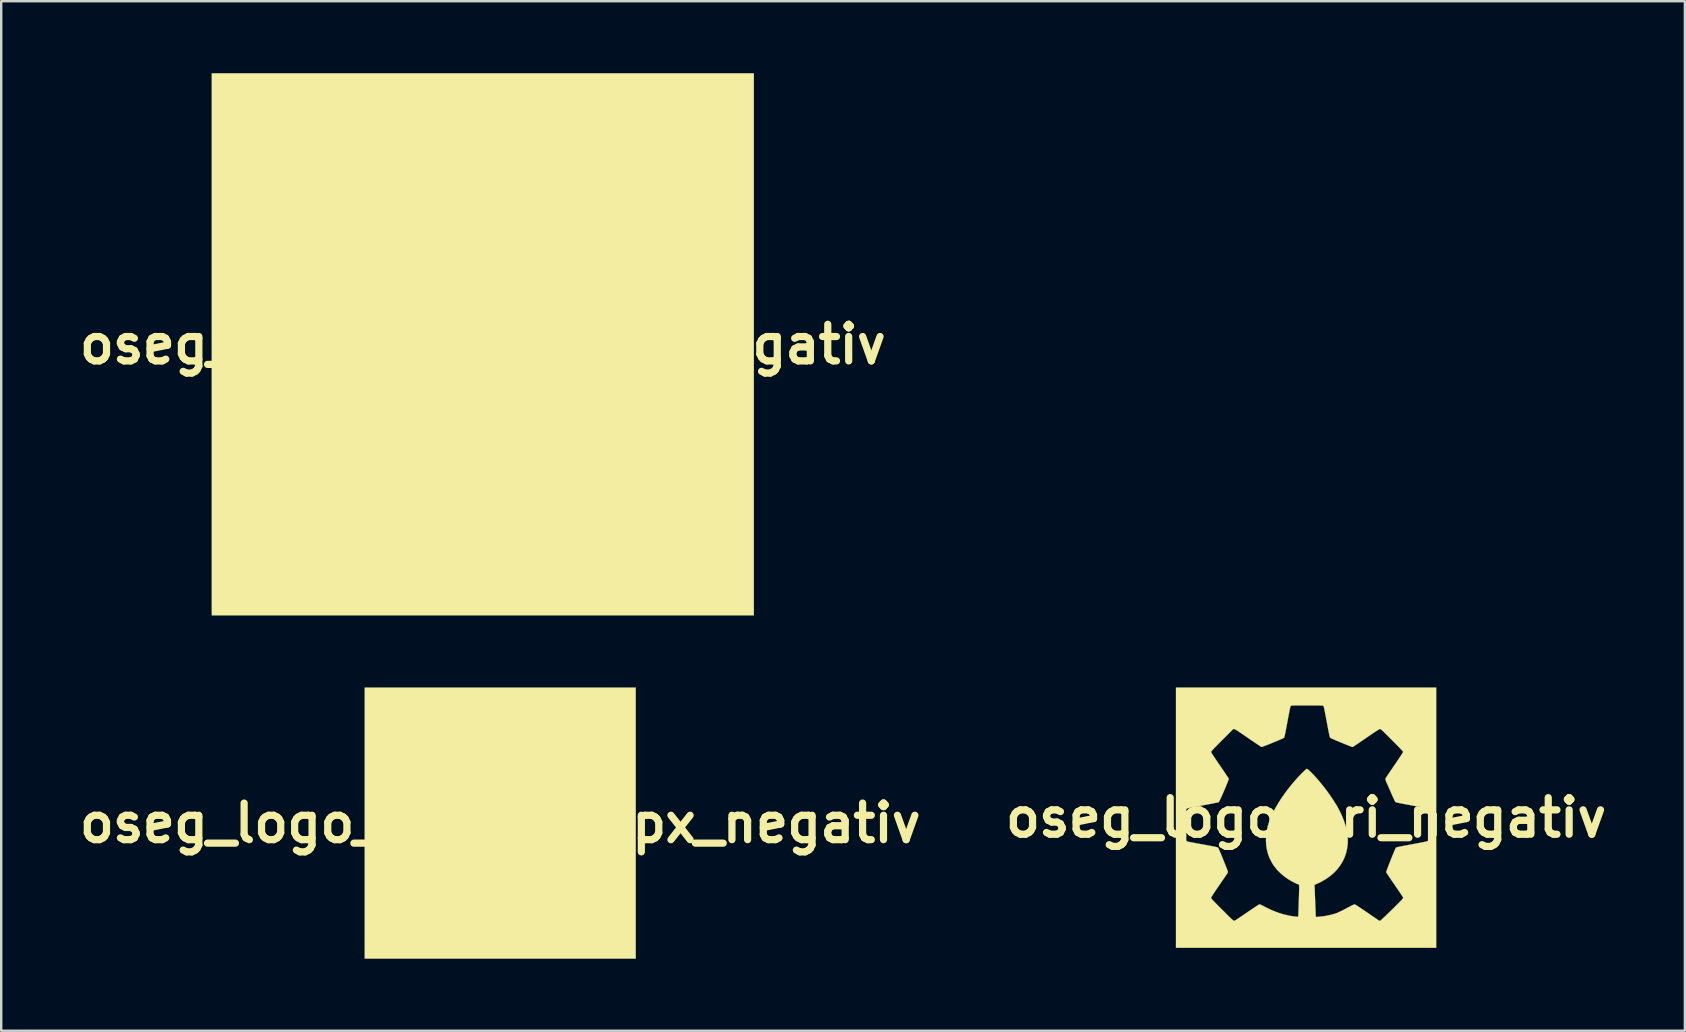
<source format=kicad_pcb>
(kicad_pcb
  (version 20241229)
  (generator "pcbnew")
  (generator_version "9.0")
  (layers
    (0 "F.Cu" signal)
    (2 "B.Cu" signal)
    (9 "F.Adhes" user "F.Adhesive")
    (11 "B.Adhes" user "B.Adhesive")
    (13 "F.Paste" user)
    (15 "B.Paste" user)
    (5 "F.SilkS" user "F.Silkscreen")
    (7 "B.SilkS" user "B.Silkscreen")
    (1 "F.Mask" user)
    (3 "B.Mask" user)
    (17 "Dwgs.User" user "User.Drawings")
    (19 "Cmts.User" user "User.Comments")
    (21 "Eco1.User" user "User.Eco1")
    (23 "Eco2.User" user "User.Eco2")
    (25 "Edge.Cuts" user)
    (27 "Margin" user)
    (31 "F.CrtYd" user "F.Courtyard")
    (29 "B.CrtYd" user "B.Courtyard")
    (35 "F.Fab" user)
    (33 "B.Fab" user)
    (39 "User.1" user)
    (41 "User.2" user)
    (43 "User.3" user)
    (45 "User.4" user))
  (footprint "oseg_logo_black128px_negativ"
    (layer "F.Cu")
    (at 17.787 31.237)
    (property "Reference" "oseg_logo_black128px_negativ" (at 0 0 0) (layer "F.SilkS") (effects (font (size 1.524 1.524) (thickness 0.3))))
    (attr through_hole)
    (fp_poly (pts (xy 5.644 5.644) (xy -5.644 5.644) (xy -5.644 -5.644) (xy 5.644 -5.644) (xy 5.644 5.644)) (stroke (width 0.01) (type solid)) (fill yes) (layer "F.SilkS")))
  (footprint "oseg_logo_ori_negativ"
    (layer "F.Cu")
    (at 51.355 31.011)
    (property "Reference" "oseg_logo_ori_negativ" (at 0 0 0) (layer "F.SilkS") (effects (font (size 1.524 1.524) (thickness 0.3))))
    (attr through_hole)
    (fp_poly (pts (xy 5.419 5.419) (xy -5.419 5.419) (xy -5.419 0.298) (xy -4.995 0.298) (xy -4.995 0.952) (xy -4.973 0.973) (xy -4.968 0.978) (xy -4.963 0.982) (xy -4.957 0.985) (xy -4.949 0.989) (xy -4.936 0.994) (xy -4.917 0.999) (xy -4.891 1.005) (xy -4.856 1.012) (xy -4.811 1.021) (xy -4.753 1.032) (xy -4.682 1.045) (xy -4.596 1.061) (xy -4.494 1.08) (xy -4.373 1.102) (xy -4.265 1.122) (xy -4.139 1.145) (xy -4.032 1.165) (xy -3.943 1.182) (xy -3.87 1.196) (xy -3.811 1.208) (xy -3.764 1.218) (xy -3.729 1.226) (xy -3.703 1.234) (xy -3.685 1.24) (xy -3.673 1.246) (xy -3.666 1.251) (xy -3.665 1.252) (xy -3.657 1.266) (xy -3.641 1.298) (xy -3.62 1.345) (xy -3.594 1.405) (xy -3.564 1.475) (xy -3.532 1.553) (xy -3.497 1.636) (xy -3.462 1.723) (xy -3.426 1.811) (xy -3.392 1.897) (xy -3.359 1.979) (xy -3.329 2.055) (xy -3.303 2.122) (xy -3.282 2.179) (xy -3.267 2.222) (xy -3.258 2.249) (xy -3.257 2.257) (xy -3.262 2.283) (xy -3.278 2.316) (xy -3.287 2.331) (xy -3.299 2.349) (xy -3.322 2.381) (xy -3.354 2.428) (xy -3.394 2.487) (xy -3.442 2.556) (xy -3.495 2.633) (xy -3.552 2.717) (xy -3.613 2.806) (xy -3.638 2.843) (xy -3.715 2.954) (xy -3.779 3.05) (xy -3.832 3.129) (xy -3.875 3.195) (xy -3.909 3.247) (xy -3.933 3.287) (xy -3.949 3.316) (xy -3.957 3.334) (xy -3.958 3.34) (xy -3.956 3.348) (xy -3.95 3.36) (xy -3.939 3.376) (xy -3.922 3.397) (xy -3.897 3.425) (xy -3.863 3.461) (xy -3.82 3.505) (xy -3.767 3.56) (xy -3.702 3.626) (xy -3.625 3.704) (xy -3.534 3.795) (xy -3.495 3.834) (xy -3.399 3.929) (xy -3.317 4.011) (xy -3.248 4.08) (xy -3.19 4.137) (xy -3.142 4.183) (xy -3.103 4.22) (xy -3.073 4.248) (xy -3.049 4.268) (xy -3.031 4.282) (xy -3.017 4.291) (xy -3.007 4.296) (xy -2.999 4.297) (xy -2.999 4.297) (xy -2.988 4.294) (xy -2.971 4.287) (xy -2.945 4.273) (xy -2.911 4.252) (xy -2.866 4.224) (xy -2.81 4.187) (xy -2.742 4.141) (xy -2.659 4.085) (xy -2.561 4.019) (xy -2.47 3.956) (xy -2.378 3.893) (xy -2.29 3.834) (xy -2.209 3.779) (xy -2.135 3.73) (xy -2.071 3.688) (xy -2.019 3.654) (xy -1.979 3.629) (xy -1.953 3.615) (xy -1.945 3.611) (xy -1.93 3.612) (xy -1.906 3.62) (xy -1.871 3.635) (xy -1.823 3.658) (xy -1.761 3.689) (xy -1.686 3.729) (xy -1.441 3.848) (xy -1.192 3.947) (xy -0.941 4.026) (xy -0.688 4.084) (xy -0.515 4.111) (xy -0.463 4.118) (xy -0.416 4.123) (xy -0.38 4.126) (xy -0.36 4.128) (xy -0.33 4.128) (xy -0.324 4.04) (xy -0.321 4.002) (xy -0.319 3.948) (xy -0.316 3.879) (xy -0.313 3.798) (xy -0.309 3.708) (xy -0.306 3.612) (xy -0.303 3.512) (xy -0.3 3.41) (xy -0.297 3.31) (xy -0.294 3.214) (xy -0.292 3.124) (xy -0.29 3.044) (xy -0.288 2.975) (xy -0.287 2.921) (xy -0.287 2.884) (xy -0.288 2.87) (xy -0.291 2.793) (xy -0.407 2.743) (xy -0.59 2.653) (xy -0.765 2.548) (xy -0.929 2.429) (xy -1.081 2.299) (xy -1.217 2.159) (xy -1.335 2.011) (xy -1.336 2.01) (xy -1.385 1.936) (xy -1.436 1.848) (xy -1.485 1.754) (xy -1.529 1.66) (xy -1.565 1.573) (xy -1.577 1.537) (xy -1.628 1.351) (xy -1.659 1.158) (xy -1.671 0.959) (xy -1.664 0.756) (xy -1.638 0.551) (xy -1.593 0.345) (xy -1.529 0.14) (xy -1.481 0.015) (xy -1.389 -0.187) (xy -1.28 -0.396) (xy -1.155 -0.61) (xy -1.015 -0.828) (xy -0.862 -1.046) (xy -0.697 -1.262) (xy -0.521 -1.476) (xy -0.337 -1.683) (xy -0.288 -1.735) (xy -0.235 -1.79) (xy -0.181 -1.845) (xy -0.128 -1.897) (xy -0.079 -1.944) (xy -0.037 -1.984) (xy -0.003 -2.013) (xy 0.019 -2.031) (xy 0.022 -2.033) (xy 0.033 -2.035) (xy 0.048 -2.03) (xy 0.07 -2.015) (xy 0.101 -1.989) (xy 0.135 -1.96) (xy 0.229 -1.87) (xy 0.331 -1.765) (xy 0.439 -1.646) (xy 0.551 -1.516) (xy 0.664 -1.378) (xy 0.777 -1.235) (xy 0.887 -1.088) (xy 0.992 -0.942) (xy 1.09 -0.798) (xy 1.179 -0.659) (xy 1.191 -0.64) (xy 1.214 -0.603) (xy 1.234 -0.573) (xy 1.247 -0.554) (xy 1.25 -0.55) (xy 1.259 -0.537) (xy 1.276 -0.509) (xy 1.3 -0.467) (xy 1.327 -0.416) (xy 1.357 -0.358) (xy 1.389 -0.296) (xy 1.42 -0.234) (xy 1.449 -0.175) (xy 1.474 -0.122) (xy 1.492 -0.082) (xy 1.578 0.131) (xy 1.645 0.335) (xy 1.694 0.531) (xy 1.725 0.721) (xy 1.739 0.906) (xy 1.735 1.083) (xy 1.71 1.28) (xy 1.667 1.47) (xy 1.604 1.652) (xy 1.522 1.825) (xy 1.421 1.989) (xy 1.303 2.144) (xy 1.167 2.288) (xy 1.014 2.422) (xy 0.844 2.544) (xy 0.657 2.654) (xy 0.577 2.696) (xy 0.526 2.72) (xy 0.475 2.744) (xy 0.432 2.763) (xy 0.411 2.772) (xy 0.35 2.796) (xy 0.355 2.898) (xy 0.357 2.929) (xy 0.359 2.978) (xy 0.361 3.043) (xy 0.365 3.122) (xy 0.368 3.213) (xy 0.372 3.313) (xy 0.376 3.419) (xy 0.381 3.53) (xy 0.382 3.567) (xy 0.386 3.674) (xy 0.39 3.775) (xy 0.394 3.867) (xy 0.397 3.949) (xy 0.4 4.018) (xy 0.403 4.073) (xy 0.404 4.111) (xy 0.406 4.132) (xy 0.406 4.135) (xy 0.417 4.135) (xy 0.446 4.133) (xy 0.487 4.13) (xy 0.538 4.126) (xy 0.593 4.12) (xy 0.65 4.114) (xy 0.703 4.108) (xy 0.75 4.102) (xy 0.757 4.101) (xy 0.871 4.081) (xy 0.994 4.055) (xy 1.116 4.024) (xy 1.228 3.99) (xy 1.265 3.978) (xy 1.322 3.955) (xy 1.396 3.921) (xy 1.487 3.877) (xy 1.594 3.822) (xy 1.689 3.772) (xy 1.777 3.725) (xy 1.849 3.687) (xy 1.906 3.658) (xy 1.95 3.637) (xy 1.983 3.622) (xy 2.006 3.614) (xy 2.022 3.611) (xy 2.027 3.612) (xy 2.043 3.619) (xy 2.076 3.638) (xy 2.125 3.668) (xy 2.19 3.71) (xy 2.269 3.763) (xy 2.362 3.825) (xy 2.469 3.898) (xy 2.538 3.946) (xy 2.629 4.008) (xy 2.714 4.067) (xy 2.794 4.121) (xy 2.865 4.169) (xy 2.926 4.211) (xy 2.975 4.245) (xy 3.012 4.269) (xy 3.034 4.284) (xy 3.039 4.287) (xy 3.066 4.295) (xy 3.085 4.295) (xy 3.097 4.287) (xy 3.123 4.265) (xy 3.16 4.232) (xy 3.207 4.188) (xy 3.263 4.136) (xy 3.326 4.076) (xy 3.393 4.011) (xy 3.465 3.942) (xy 3.538 3.87) (xy 3.612 3.797) (xy 3.685 3.726) (xy 3.755 3.656) (xy 3.821 3.59) (xy 3.88 3.53) (xy 3.933 3.476) (xy 3.975 3.431) (xy 4.007 3.396) (xy 4.027 3.373) (xy 4.032 3.365) (xy 4.04 3.333) (xy 4.034 3.308) (xy 4.026 3.295) (xy 4.008 3.266) (xy 3.979 3.223) (xy 3.942 3.167) (xy 3.897 3.101) (xy 3.845 3.025) (xy 3.789 2.942) (xy 3.728 2.853) (xy 3.684 2.789) (xy 3.621 2.697) (xy 3.561 2.61) (xy 3.507 2.529) (xy 3.458 2.456) (xy 3.416 2.393) (xy 3.382 2.341) (xy 3.357 2.302) (xy 3.342 2.278) (xy 3.338 2.27) (xy 3.341 2.256) (xy 3.351 2.224) (xy 3.367 2.178) (xy 3.388 2.118) (xy 3.415 2.049) (xy 3.444 1.971) (xy 3.477 1.888) (xy 3.511 1.801) (xy 3.546 1.713) (xy 3.58 1.626) (xy 3.614 1.543) (xy 3.646 1.465) (xy 3.675 1.396) (xy 3.701 1.337) (xy 3.721 1.29) (xy 3.737 1.259) (xy 3.745 1.244) (xy 3.746 1.244) (xy 3.76 1.239) (xy 3.792 1.23) (xy 3.844 1.218) (xy 3.915 1.203) (xy 4.006 1.185) (xy 4.117 1.164) (xy 4.248 1.139) (xy 4.394 1.112) (xy 4.544 1.085) (xy 4.675 1.06) (xy 4.788 1.038) (xy 4.881 1.02) (xy 4.954 1.004) (xy 5.008 0.992) (xy 5.041 0.983) (xy 5.052 0.979) (xy 5.08 0.961) (xy 5.08 0.302) (xy 5.08 0.168) (xy 5.08 0.053) (xy 5.08 -0.044) (xy 5.079 -0.124) (xy 5.079 -0.19) (xy 5.078 -0.242) (xy 5.077 -0.283) (xy 5.075 -0.314) (xy 5.073 -0.336) (xy 5.071 -0.352) (xy 5.068 -0.362) (xy 5.065 -0.369) (xy 5.061 -0.374) (xy 5.058 -0.376) (xy 5.049 -0.381) (xy 5.03 -0.388) (xy 5.001 -0.396) (xy 4.959 -0.405) (xy 4.904 -0.417) (xy 4.835 -0.431) (xy 4.75 -0.448) (xy 4.648 -0.467) (xy 4.528 -0.49) (xy 4.389 -0.515) (xy 4.256 -0.54) (xy 4.141 -0.561) (xy 4.044 -0.579) (xy 3.964 -0.595) (xy 3.898 -0.608) (xy 3.845 -0.619) (xy 3.804 -0.628) (xy 3.773 -0.636) (xy 3.75 -0.642) (xy 3.735 -0.648) (xy 3.724 -0.654) (xy 3.718 -0.659) (xy 3.709 -0.673) (xy 3.692 -0.706) (xy 3.669 -0.753) (xy 3.641 -0.812) (xy 3.61 -0.882) (xy 3.575 -0.96) (xy 3.538 -1.043) (xy 3.534 -1.053) (xy 3.498 -1.136) (xy 3.465 -1.214) (xy 3.434 -1.283) (xy 3.408 -1.341) (xy 3.388 -1.388) (xy 3.374 -1.419) (xy 3.366 -1.433) (xy 3.366 -1.434) (xy 3.354 -1.456) (xy 3.34 -1.49) (xy 3.326 -1.53) (xy 3.314 -1.569) (xy 3.306 -1.602) (xy 3.304 -1.621) (xy 3.311 -1.634) (xy 3.329 -1.663) (xy 3.356 -1.706) (xy 3.393 -1.761) (xy 3.437 -1.828) (xy 3.489 -1.904) (xy 3.546 -1.989) (xy 3.607 -2.079) (xy 3.672 -2.174) (xy 3.676 -2.18) (xy 3.765 -2.31) (xy 3.842 -2.423) (xy 3.906 -2.519) (xy 3.958 -2.598) (xy 3.998 -2.659) (xy 4.025 -2.704) (xy 4.04 -2.731) (xy 4.043 -2.74) (xy 4.04 -2.749) (xy 4.031 -2.763) (xy 4.014 -2.784) (xy 3.989 -2.812) (xy 3.955 -2.849) (xy 3.911 -2.895) (xy 3.856 -2.952) (xy 3.789 -3.02) (xy 3.709 -3.101) (xy 3.615 -3.195) (xy 3.58 -3.23) (xy 3.485 -3.325) (xy 3.404 -3.406) (xy 3.335 -3.475) (xy 3.278 -3.531) (xy 3.23 -3.577) (xy 3.192 -3.614) (xy 3.162 -3.642) (xy 3.138 -3.662) (xy 3.12 -3.677) (xy 3.106 -3.686) (xy 3.095 -3.691) (xy 3.086 -3.693) (xy 3.08 -3.694) (xy 3.07 -3.692) (xy 3.056 -3.687) (xy 3.037 -3.678) (xy 3.011 -3.664) (xy 2.978 -3.643) (xy 2.936 -3.616) (xy 2.883 -3.582) (xy 2.818 -3.538) (xy 2.74 -3.486) (xy 2.648 -3.423) (xy 2.54 -3.349) (xy 2.509 -3.328) (xy 2.414 -3.262) (xy 2.323 -3.2) (xy 2.239 -3.143) (xy 2.162 -3.091) (xy 2.095 -3.046) (xy 2.038 -3.008) (xy 1.995 -2.979) (xy 1.965 -2.96) (xy 1.952 -2.952) (xy 1.951 -2.952) (xy 1.945 -2.95) (xy 1.941 -2.947) (xy 1.936 -2.946) (xy 1.928 -2.946) (xy 1.916 -2.949) (xy 1.899 -2.954) (xy 1.874 -2.963) (xy 1.841 -2.976) (xy 1.796 -2.994) (xy 1.738 -3.017) (xy 1.667 -3.046) (xy 1.579 -3.082) (xy 1.474 -3.125) (xy 1.46 -3.13) (xy 1.37 -3.168) (xy 1.284 -3.203) (xy 1.207 -3.236) (xy 1.139 -3.266) (xy 1.083 -3.291) (xy 1.04 -3.31) (xy 1.015 -3.323) (xy 1.007 -3.328) (xy 1.002 -3.335) (xy 0.997 -3.345) (xy 0.991 -3.361) (xy 0.984 -3.383) (xy 0.976 -3.414) (xy 0.967 -3.455) (xy 0.956 -3.507) (xy 0.943 -3.573) (xy 0.927 -3.653) (xy 0.909 -3.75) (xy 0.887 -3.864) (xy 0.862 -3.996) (xy 0.837 -4.13) (xy 0.815 -4.244) (xy 0.797 -4.341) (xy 0.781 -4.421) (xy 0.768 -4.487) (xy 0.757 -4.539) (xy 0.748 -4.58) (xy 0.74 -4.61) (xy 0.733 -4.632) (xy 0.728 -4.646) (xy 0.722 -4.655) (xy 0.719 -4.659) (xy 0.713 -4.663) (xy 0.705 -4.666) (xy 0.692 -4.669) (xy 0.673 -4.671) (xy 0.647 -4.673) (xy 0.612 -4.675) (xy 0.567 -4.676) (xy 0.509 -4.677) (xy 0.437 -4.677) (xy 0.35 -4.678) (xy 0.246 -4.678) (xy 0.123 -4.678) (xy 0.042 -4.678) (xy -0.092 -4.678) (xy -0.207 -4.678) (xy -0.304 -4.677) (xy -0.384 -4.677) (xy -0.45 -4.676) (xy -0.502 -4.675) (xy -0.543 -4.674) (xy -0.574 -4.673) (xy -0.597 -4.671) (xy -0.613 -4.668) (xy -0.624 -4.665) (xy -0.631 -4.662) (xy -0.635 -4.659) (xy -0.64 -4.653) (xy -0.645 -4.644) (xy -0.651 -4.628) (xy -0.657 -4.605) (xy -0.665 -4.574) (xy -0.675 -4.532) (xy -0.686 -4.479) (xy -0.699 -4.412) (xy -0.715 -4.33) (xy -0.734 -4.232) (xy -0.756 -4.116) (xy -0.778 -3.996) (xy -0.803 -3.862) (xy -0.825 -3.748) (xy -0.843 -3.652) (xy -0.859 -3.571) (xy -0.872 -3.506) (xy -0.883 -3.453) (xy -0.892 -3.412) (xy -0.9 -3.381) (xy -0.907 -3.359) (xy -0.913 -3.343) (xy -0.918 -3.333) (xy -0.923 -3.327) (xy -0.938 -3.318) (xy -0.971 -3.302) (xy -1.018 -3.28) (xy -1.077 -3.254) (xy -1.145 -3.225) (xy -1.221 -3.193) (xy -1.302 -3.159) (xy -1.386 -3.125) (xy -1.47 -3.091) (xy -1.551 -3.058) (xy -1.628 -3.028) (xy -1.697 -3.001) (xy -1.758 -2.979) (xy -1.806 -2.961) (xy -1.84 -2.95) (xy -1.857 -2.947) (xy -1.858 -2.947) (xy -1.87 -2.953) (xy -1.899 -2.971) (xy -1.941 -2.999) (xy -1.996 -3.036) (xy -2.063 -3.08) (xy -2.138 -3.132) (xy -2.222 -3.189) (xy -2.313 -3.25) (xy -2.408 -3.316) (xy -2.414 -3.32) (xy -2.526 -3.397) (xy -2.623 -3.463) (xy -2.705 -3.519) (xy -2.774 -3.565) (xy -2.83 -3.603) (xy -2.876 -3.632) (xy -2.912 -3.655) (xy -2.941 -3.671) (xy -2.962 -3.682) (xy -2.978 -3.688) (xy -2.989 -3.691) (xy -2.99 -3.691) (xy -3.032 -3.695) (xy -3.495 -3.231) (xy -3.593 -3.132) (xy -3.677 -3.048) (xy -3.748 -2.976) (xy -3.807 -2.916) (xy -3.854 -2.866) (xy -3.892 -2.826) (xy -3.92 -2.795) (xy -3.939 -2.772) (xy -3.951 -2.755) (xy -3.957 -2.744) (xy -3.958 -2.739) (xy -3.953 -2.725) (xy -3.937 -2.696) (xy -3.909 -2.651) (xy -3.871 -2.591) (xy -3.82 -2.515) (xy -3.759 -2.423) (xy -3.685 -2.314) (xy -3.599 -2.188) (xy -3.593 -2.179) (xy -3.527 -2.083) (xy -3.466 -1.993) (xy -3.408 -1.908) (xy -3.357 -1.831) (xy -3.312 -1.764) (xy -3.275 -1.708) (xy -3.247 -1.664) (xy -3.228 -1.635) (xy -3.221 -1.621) (xy -3.221 -1.621) (xy -3.223 -1.605) (xy -3.234 -1.572) (xy -3.251 -1.525) (xy -3.274 -1.466) (xy -3.302 -1.396) (xy -3.333 -1.319) (xy -3.367 -1.237) (xy -3.403 -1.152) (xy -3.44 -1.067) (xy -3.477 -0.984) (xy -3.512 -0.904) (xy -3.545 -0.832) (xy -3.575 -0.768) (xy -3.6 -0.715) (xy -3.62 -0.676) (xy -3.634 -0.653) (xy -3.638 -0.648) (xy -3.654 -0.643) (xy -3.688 -0.634) (xy -3.74 -0.623) (xy -3.809 -0.609) (xy -3.892 -0.592) (xy -3.989 -0.573) (xy -4.097 -0.553) (xy -4.216 -0.531) (xy -4.307 -0.514) (xy -4.447 -0.488) (xy -4.566 -0.466) (xy -4.667 -0.447) (xy -4.752 -0.431) (xy -4.82 -0.417) (xy -4.874 -0.405) (xy -4.916 -0.396) (xy -4.945 -0.388) (xy -4.964 -0.382) (xy -4.973 -0.377) (xy -4.973 -0.376) (xy -4.978 -0.372) (xy -4.982 -0.366) (xy -4.985 -0.358) (xy -4.988 -0.345) (xy -4.99 -0.327) (xy -4.992 -0.3) (xy -4.993 -0.265) (xy -4.994 -0.218) (xy -4.994 -0.16) (xy -4.995 -0.087) (xy -4.995 0.001) (xy -4.995 0.107) (xy -4.995 0.231) (xy -4.995 0.298) (xy -5.419 0.298) (xy -5.419 -5.419) (xy 5.419 -5.419) (xy 5.419 5.419)) (stroke (width 0.01) (type solid)) (fill yes) (layer "F.SilkS")))
  (footprint "oseg_logo_black64px_negativ"
    (layer "F.Cu")
    (at 17.062 11.294)
    (property "Reference" "oseg_logo_black64px_negativ" (at 0 0 0) (layer "F.SilkS") (effects (font (size 1.524 1.524) (thickness 0.3))))
    (attr through_hole)
    (fp_poly (pts (xy 11.289 11.289) (xy -11.289 11.289) (xy -11.289 -11.289) (xy 11.289 -11.289) (xy 11.289 11.289)) (stroke (width 0.01) (type solid)) (fill yes) (layer "F.SilkS")))
  (gr_rect
    (start -3 -3)
    (end 67.134 39.887)
    (stroke (width 0.1) (type default))
    (fill no)
    (layer "Edge.Cuts")))
</source>
